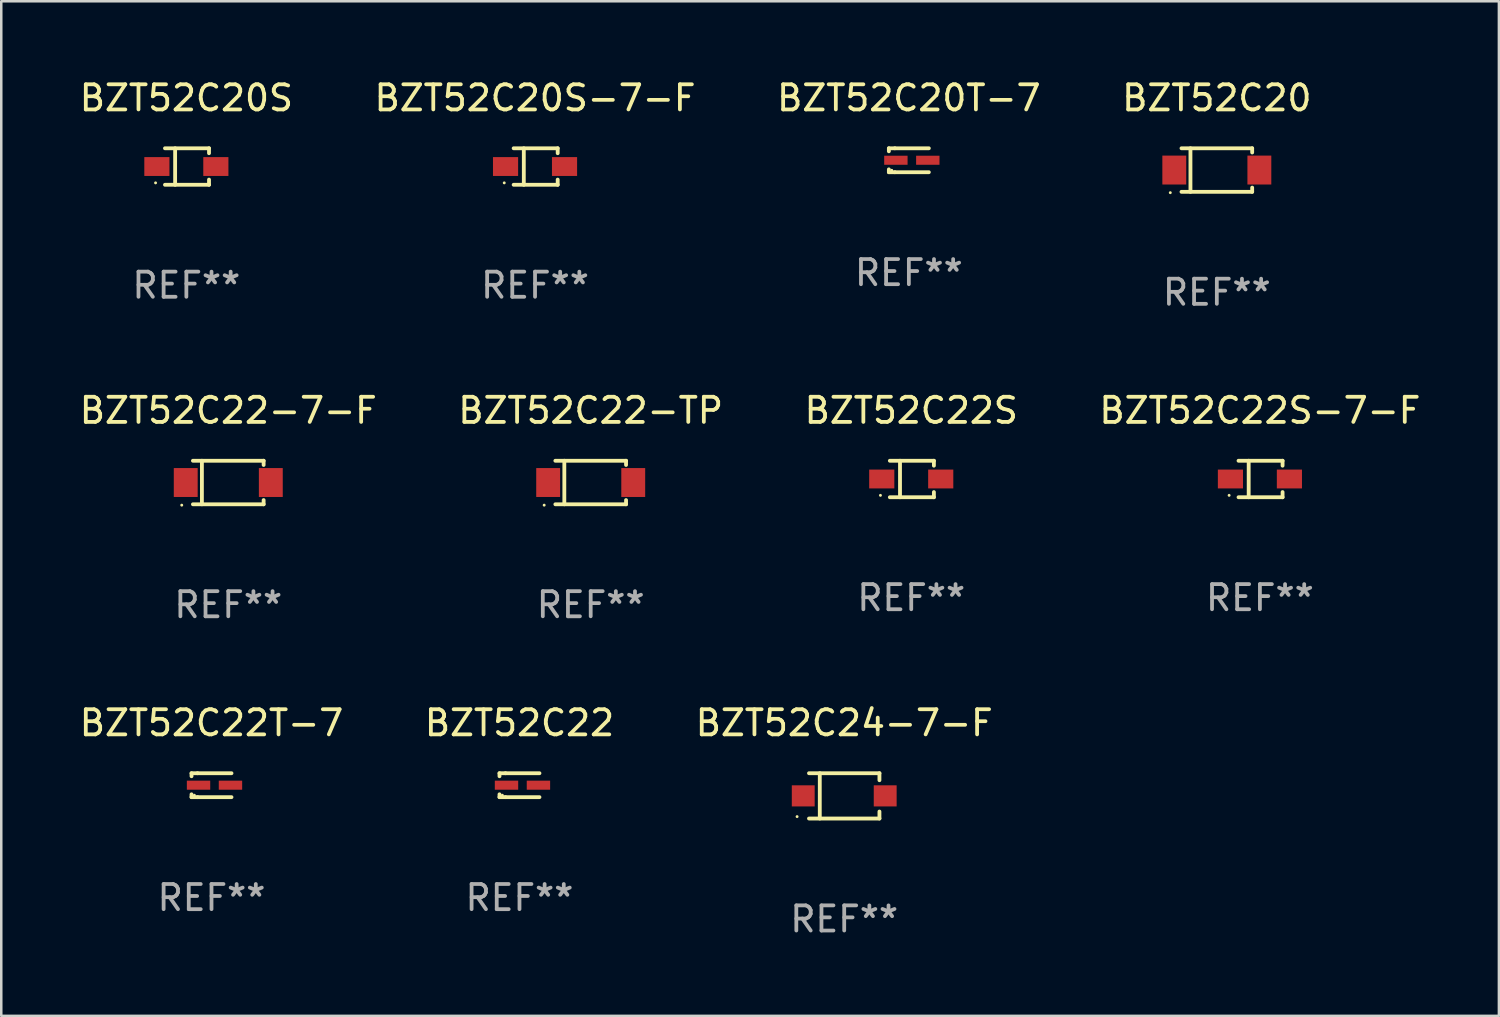
<source format=kicad_pcb>
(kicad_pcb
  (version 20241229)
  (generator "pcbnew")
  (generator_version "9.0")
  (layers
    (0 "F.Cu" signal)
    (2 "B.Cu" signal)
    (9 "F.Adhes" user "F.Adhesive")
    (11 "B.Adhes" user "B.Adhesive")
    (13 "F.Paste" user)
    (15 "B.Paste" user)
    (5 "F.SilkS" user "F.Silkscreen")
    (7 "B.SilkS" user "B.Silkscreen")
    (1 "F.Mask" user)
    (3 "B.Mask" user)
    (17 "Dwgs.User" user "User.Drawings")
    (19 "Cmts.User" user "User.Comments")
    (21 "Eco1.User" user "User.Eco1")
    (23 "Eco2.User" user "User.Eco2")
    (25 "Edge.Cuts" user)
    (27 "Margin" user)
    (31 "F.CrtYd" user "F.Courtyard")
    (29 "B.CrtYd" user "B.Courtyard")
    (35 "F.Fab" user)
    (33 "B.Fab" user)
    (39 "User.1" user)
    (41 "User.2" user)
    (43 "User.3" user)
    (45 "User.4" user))
  (footprint "BZT52C20S"
    (layer "F.Cu")
    (at 4.363 3.574)
    (property "Reference" "BZT52C20S" (at 0 -2.726 0) (layer "F.SilkS") (effects (font (size 1 1) (thickness 0.15))))
    (attr through_hole)
    (fp_line (start -0.851 -0.726) (end 0.901 -0.726) (stroke (width 0.152) (type solid)) (layer "F.SilkS"))
    (fp_line (start -0.851 0.726) (end 0.901 0.726) (stroke (width 0.152) (type solid)) (layer "F.SilkS"))
    (fp_line (start -0.447 -0.726) (end -0.447 0.726) (stroke (width 0.152) (type solid)) (layer "F.SilkS"))
    (fp_line (start 0.901 -0.726) (end 0.901 -0.53) (stroke (width 0.152) (type solid)) (layer "F.SilkS"))
    (fp_line (start 0.901 0.726) (end 0.901 0.52) (stroke (width 0.152) (type solid)) (layer "F.SilkS"))
    (fp_circle (center -1.225 0.65) (end -1.195 0.65) (stroke (width 0.06) (type solid)) (fill no) (layer "F.SilkS"))
    (fp_text user "REF**" (at 0 4.726 0) (layer "F.Fab") (effects (font (size 1 1) (thickness 0.15))))
    (pad "1" smd rect (at -1.173 0) (size 1 0.75) (layers "F.Cu" "F.Mask" "F.Paste"))
    (pad "2" smd rect (at 1.173 0) (size 1 0.75) (layers "F.Cu" "F.Mask" "F.Paste")))
  (footprint "BZT52C22S"
    (layer "F.Cu")
    (at 33.196 16.003)
    (property "Reference" "BZT52C22S" (at 0 -2.726 0) (layer "F.SilkS") (effects (font (size 1 1) (thickness 0.15))))
    (attr through_hole)
    (fp_line (start -0.851 -0.726) (end 0.901 -0.726) (stroke (width 0.152) (type solid)) (layer "F.SilkS"))
    (fp_line (start -0.851 0.726) (end 0.901 0.726) (stroke (width 0.152) (type solid)) (layer "F.SilkS"))
    (fp_line (start -0.447 -0.726) (end -0.447 0.726) (stroke (width 0.152) (type solid)) (layer "F.SilkS"))
    (fp_line (start 0.901 -0.726) (end 0.901 -0.53) (stroke (width 0.152) (type solid)) (layer "F.SilkS"))
    (fp_line (start 0.901 0.726) (end 0.901 0.52) (stroke (width 0.152) (type solid)) (layer "F.SilkS"))
    (fp_circle (center -1.225 0.65) (end -1.195 0.65) (stroke (width 0.06) (type solid)) (fill no) (layer "F.SilkS"))
    (fp_text user "REF**" (at 0 4.726 0) (layer "F.Fab") (effects (font (size 1 1) (thickness 0.15))))
    (pad "1" smd rect (at -1.173 0) (size 1 0.75) (layers "F.Cu" "F.Mask" "F.Paste"))
    (pad "2" smd rect (at 1.173 0) (size 1 0.75) (layers "F.Cu" "F.Mask" "F.Paste")))
  (footprint "BZT52C22-TP"
    (layer "F.Cu")
    (at 20.446 16.143)
    (property "Reference" "BZT52C22-TP" (at 0 -2.866 0) (layer "F.SilkS") (effects (font (size 1 1) (thickness 0.15))))
    (attr through_hole)
    (fp_line (start -1.406 -0.866) (end 1.406 -0.866) (stroke (width 0.152) (type solid)) (layer "F.SilkS"))
    (fp_line (start -1.406 0.866) (end 1.406 0.866) (stroke (width 0.152) (type solid)) (layer "F.SilkS"))
    (fp_line (start -1.049 -0.866) (end -1.049 0.866) (stroke (width 0.152) (type solid)) (layer "F.SilkS"))
    (fp_line (start 1.406 -0.866) (end 1.406 -0.698) (stroke (width 0.152) (type solid)) (layer "F.SilkS"))
    (fp_line (start 1.406 0.866) (end 1.406 0.698) (stroke (width 0.152) (type solid)) (layer "F.SilkS"))
    (fp_circle (center -1.851 0.9) (end -1.821 0.9) (stroke (width 0.06) (type solid)) (fill no) (layer "F.SilkS"))
    (fp_text user "REF**" (at 0 4.866 0) (layer "F.Fab") (effects (font (size 1 1) (thickness 0.15))))
    (pad "1" smd rect (at -1.692 0) (size 0.95 1.15) (layers "F.Cu" "F.Mask" "F.Paste"))
    (pad "2" smd rect (at 1.692 0) (size 0.95 1.15) (layers "F.Cu" "F.Mask" "F.Paste")))
  (footprint "BZT52C20"
    (layer "F.Cu")
    (at 45.351 3.714)
    (property "Reference" "BZT52C20" (at 0 -2.866 0) (layer "F.SilkS") (effects (font (size 1 1) (thickness 0.15))))
    (attr through_hole)
    (fp_line (start -1.406 -0.866) (end 1.406 -0.866) (stroke (width 0.152) (type solid)) (layer "F.SilkS"))
    (fp_line (start -1.406 0.866) (end 1.406 0.866) (stroke (width 0.152) (type solid)) (layer "F.SilkS"))
    (fp_line (start -1.049 -0.866) (end -1.049 0.866) (stroke (width 0.152) (type solid)) (layer "F.SilkS"))
    (fp_line (start 1.406 -0.866) (end 1.406 -0.698) (stroke (width 0.152) (type solid)) (layer "F.SilkS"))
    (fp_line (start 1.406 0.866) (end 1.406 0.698) (stroke (width 0.152) (type solid)) (layer "F.SilkS"))
    (fp_circle (center -1.851 0.9) (end -1.821 0.9) (stroke (width 0.06) (type solid)) (fill no) (layer "F.SilkS"))
    (fp_text user "REF**" (at 0 4.866 0) (layer "F.Fab") (effects (font (size 1 1) (thickness 0.15))))
    (pad "1" smd rect (at -1.692 0) (size 0.95 1.15) (layers "F.Cu" "F.Mask" "F.Paste"))
    (pad "2" smd rect (at 1.692 0) (size 0.95 1.15) (layers "F.Cu" "F.Mask" "F.Paste")))
  (footprint "BZT52C22-7-F"
    (layer "F.Cu")
    (at 6.03 16.143)
    (property "Reference" "BZT52C22-7-F" (at 0 -2.866 0) (layer "F.SilkS") (effects (font (size 1 1) (thickness 0.15))))
    (attr through_hole)
    (fp_line (start -1.406 -0.866) (end 1.406 -0.866) (stroke (width 0.152) (type solid)) (layer "F.SilkS"))
    (fp_line (start -1.406 0.866) (end 1.406 0.866) (stroke (width 0.152) (type solid)) (layer "F.SilkS"))
    (fp_line (start -1.049 -0.866) (end -1.049 0.866) (stroke (width 0.152) (type solid)) (layer "F.SilkS"))
    (fp_line (start 1.406 -0.866) (end 1.406 -0.698) (stroke (width 0.152) (type solid)) (layer "F.SilkS"))
    (fp_line (start 1.406 0.866) (end 1.406 0.698) (stroke (width 0.152) (type solid)) (layer "F.SilkS"))
    (fp_circle (center -1.851 0.9) (end -1.821 0.9) (stroke (width 0.06) (type solid)) (fill no) (layer "F.SilkS"))
    (fp_text user "REF**" (at 0 4.866 0) (layer "F.Fab") (effects (font (size 1 1) (thickness 0.15))))
    (pad "1" smd rect (at -1.692 0) (size 0.95 1.15) (layers "F.Cu" "F.Mask" "F.Paste"))
    (pad "2" smd rect (at 1.692 0) (size 0.95 1.15) (layers "F.Cu" "F.Mask" "F.Paste")))
  (footprint "BZT52C22T-7"
    (layer "F.Cu")
    (at 5.363 28.182)
    (property "Reference" "BZT52C22T-7" (at 0 -2.476 0) (layer "F.SilkS") (effects (font (size 1 1) (thickness 0.15))))
    (attr through_hole)
    (fp_line (start -0.795 -0.476) (end -0.795 -0.356) (stroke (width 0.152) (type solid)) (layer "F.SilkS"))
    (fp_line (start -0.795 0.363) (end -0.795 0.476) (stroke (width 0.152) (type solid)) (layer "F.SilkS"))
    (fp_line (start -0.795 0.476) (end -0.557 0.476) (stroke (width 0.152) (type solid)) (layer "F.SilkS"))
    (fp_line (start -0.557 -0.476) (end -0.795 -0.476) (stroke (width 0.152) (type solid)) (layer "F.SilkS"))
    (fp_line (start -0.557 -0.476) (end 0.795 -0.476) (stroke (width 0.152) (type solid)) (layer "F.SilkS"))
    (fp_line (start -0.557 0.476) (end 0.795 0.476) (stroke (width 0.152) (type solid)) (layer "F.SilkS"))
    (fp_circle (center -0.681 0.4) (end -0.651 0.4) (stroke (width 0.06) (type solid)) (fill no) (layer "F.SilkS"))
    (fp_text user "REF**" (at 0 4.476 0) (layer "F.Fab") (effects (font (size 1 1) (thickness 0.15))))
    (pad "1" smd rect (at -0.516 0 180) (size 0.93 0.36) (layers "F.Cu" "F.Mask" "F.Paste"))
    (pad "2" smd rect (at 0.754 0 180) (size 0.93 0.36) (layers "F.Cu" "F.Mask" "F.Paste")))
  (footprint "BZT52C22"
    (layer "F.Cu")
    (at 17.613 28.182)
    (property "Reference" "BZT52C22" (at 0 -2.476 0) (layer "F.SilkS") (effects (font (size 1 1) (thickness 0.15))))
    (attr through_hole)
    (fp_line (start -0.795 -0.476) (end -0.795 -0.356) (stroke (width 0.152) (type solid)) (layer "F.SilkS"))
    (fp_line (start -0.795 0.363) (end -0.795 0.476) (stroke (width 0.152) (type solid)) (layer "F.SilkS"))
    (fp_line (start -0.795 0.476) (end -0.557 0.476) (stroke (width 0.152) (type solid)) (layer "F.SilkS"))
    (fp_line (start -0.557 -0.476) (end -0.795 -0.476) (stroke (width 0.152) (type solid)) (layer "F.SilkS"))
    (fp_line (start -0.557 -0.476) (end 0.795 -0.476) (stroke (width 0.152) (type solid)) (layer "F.SilkS"))
    (fp_line (start -0.557 0.476) (end 0.795 0.476) (stroke (width 0.152) (type solid)) (layer "F.SilkS"))
    (fp_circle (center -0.681 0.4) (end -0.651 0.4) (stroke (width 0.06) (type solid)) (fill no) (layer "F.SilkS"))
    (fp_text user "REF**" (at 0 4.476 0) (layer "F.Fab") (effects (font (size 1 1) (thickness 0.15))))
    (pad "1" smd rect (at -0.516 0 180) (size 0.93 0.36) (layers "F.Cu" "F.Mask" "F.Paste"))
    (pad "2" smd rect (at 0.754 0 180) (size 0.93 0.36) (layers "F.Cu" "F.Mask" "F.Paste")))
  (footprint "BZT52C20T-7"
    (layer "F.Cu")
    (at 33.101 3.324)
    (property "Reference" "BZT52C20T-7" (at 0 -2.476 0) (layer "F.SilkS") (effects (font (size 1 1) (thickness 0.15))))
    (attr through_hole)
    (fp_line (start -0.795 -0.476) (end -0.795 -0.356) (stroke (width 0.152) (type solid)) (layer "F.SilkS"))
    (fp_line (start -0.795 0.363) (end -0.795 0.476) (stroke (width 0.152) (type solid)) (layer "F.SilkS"))
    (fp_line (start -0.795 0.476) (end -0.557 0.476) (stroke (width 0.152) (type solid)) (layer "F.SilkS"))
    (fp_line (start -0.557 -0.476) (end -0.795 -0.476) (stroke (width 0.152) (type solid)) (layer "F.SilkS"))
    (fp_line (start -0.557 -0.476) (end 0.795 -0.476) (stroke (width 0.152) (type solid)) (layer "F.SilkS"))
    (fp_line (start -0.557 0.476) (end 0.795 0.476) (stroke (width 0.152) (type solid)) (layer "F.SilkS"))
    (fp_circle (center -0.681 0.4) (end -0.651 0.4) (stroke (width 0.06) (type solid)) (fill no) (layer "F.SilkS"))
    (fp_text user "REF**" (at 0 4.476 0) (layer "F.Fab") (effects (font (size 1 1) (thickness 0.15))))
    (pad "1" smd rect (at -0.516 0 180) (size 0.93 0.36) (layers "F.Cu" "F.Mask" "F.Paste"))
    (pad "2" smd rect (at 0.754 0 180) (size 0.93 0.36) (layers "F.Cu" "F.Mask" "F.Paste")))
  (footprint "BZT52C22S-7-F"
    (layer "F.Cu")
    (at 47.065 16.003)
    (property "Reference" "BZT52C22S-7-F" (at 0 -2.726 0) (layer "F.SilkS") (effects (font (size 1 1) (thickness 0.15))))
    (attr through_hole)
    (fp_line (start -0.851 -0.726) (end 0.901 -0.726) (stroke (width 0.152) (type solid)) (layer "F.SilkS"))
    (fp_line (start -0.851 0.726) (end 0.901 0.726) (stroke (width 0.152) (type solid)) (layer "F.SilkS"))
    (fp_line (start -0.447 -0.726) (end -0.447 0.726) (stroke (width 0.152) (type solid)) (layer "F.SilkS"))
    (fp_line (start 0.901 -0.726) (end 0.901 -0.53) (stroke (width 0.152) (type solid)) (layer "F.SilkS"))
    (fp_line (start 0.901 0.726) (end 0.901 0.52) (stroke (width 0.152) (type solid)) (layer "F.SilkS"))
    (fp_circle (center -1.225 0.65) (end -1.195 0.65) (stroke (width 0.06) (type solid)) (fill no) (layer "F.SilkS"))
    (fp_text user "REF**" (at 0 4.726 0) (layer "F.Fab") (effects (font (size 1 1) (thickness 0.15))))
    (pad "1" smd rect (at -1.173 0) (size 1 0.75) (layers "F.Cu" "F.Mask" "F.Paste"))
    (pad "2" smd rect (at 1.173 0) (size 1 0.75) (layers "F.Cu" "F.Mask" "F.Paste")))
  (footprint "BZT52C20S-7-F"
    (layer "F.Cu")
    (at 18.232 3.574)
    (property "Reference" "BZT52C20S-7-F" (at 0 -2.726 0) (layer "F.SilkS") (effects (font (size 1 1) (thickness 0.15))))
    (attr through_hole)
    (fp_line (start -0.851 -0.726) (end 0.901 -0.726) (stroke (width 0.152) (type solid)) (layer "F.SilkS"))
    (fp_line (start -0.851 0.726) (end 0.901 0.726) (stroke (width 0.152) (type solid)) (layer "F.SilkS"))
    (fp_line (start -0.447 -0.726) (end -0.447 0.726) (stroke (width 0.152) (type solid)) (layer "F.SilkS"))
    (fp_line (start 0.901 -0.726) (end 0.901 -0.53) (stroke (width 0.152) (type solid)) (layer "F.SilkS"))
    (fp_line (start 0.901 0.726) (end 0.901 0.52) (stroke (width 0.152) (type solid)) (layer "F.SilkS"))
    (fp_circle (center -1.225 0.65) (end -1.195 0.65) (stroke (width 0.06) (type solid)) (fill no) (layer "F.SilkS"))
    (fp_text user "REF**" (at 0 4.726 0) (layer "F.Fab") (effects (font (size 1 1) (thickness 0.15))))
    (pad "1" smd rect (at -1.173 0) (size 1 0.75) (layers "F.Cu" "F.Mask" "F.Paste"))
    (pad "2" smd rect (at 1.173 0) (size 1 0.75) (layers "F.Cu" "F.Mask" "F.Paste")))
  (footprint "BZT52C24-7-F"
    (layer "F.Cu")
    (at 30.53 28.607)
    (property "Reference" "BZT52C24-7-F" (at 0 -2.901 0) (layer "F.SilkS") (effects (font (size 1 1) (thickness 0.15))))
    (attr through_hole)
    (fp_line (start -1.401 -0.901) (end 1.401 -0.901) (stroke (width 0.152) (type solid)) (layer "F.SilkS"))
    (fp_line (start -1.401 0.901) (end 1.401 0.901) (stroke (width 0.152) (type solid)) (layer "F.SilkS"))
    (fp_line (start -0.972 -0.901) (end -0.972 0.901) (stroke (width 0.152) (type solid)) (layer "F.SilkS"))
    (fp_line (start 1.401 -0.901) (end 1.401 -0.623) (stroke (width 0.152) (type solid)) (layer "F.SilkS"))
    (fp_line (start 1.401 0.901) (end 1.401 0.623) (stroke (width 0.152) (type solid)) (layer "F.SilkS"))
    (fp_circle (center -1.875 0.825) (end -1.845 0.825) (stroke (width 0.06) (type solid)) (fill no) (layer "F.SilkS"))
    (fp_text user "REF**" (at 0 4.901 0) (layer "F.Fab") (effects (font (size 1 1) (thickness 0.15))))
    (pad "1" smd rect (at -1.63 0 180) (size 0.91 0.84) (layers "F.Cu" "F.Mask" "F.Paste"))
    (pad "2" smd rect (at 1.63 0 180) (size 0.91 0.84) (layers "F.Cu" "F.Mask" "F.Paste")))
  (gr_rect
    (start -3 -3)
    (end 56.571 37.357)
    (stroke (width 0.1) (type default))
    (fill no)
    (layer "Edge.Cuts")))
</source>
